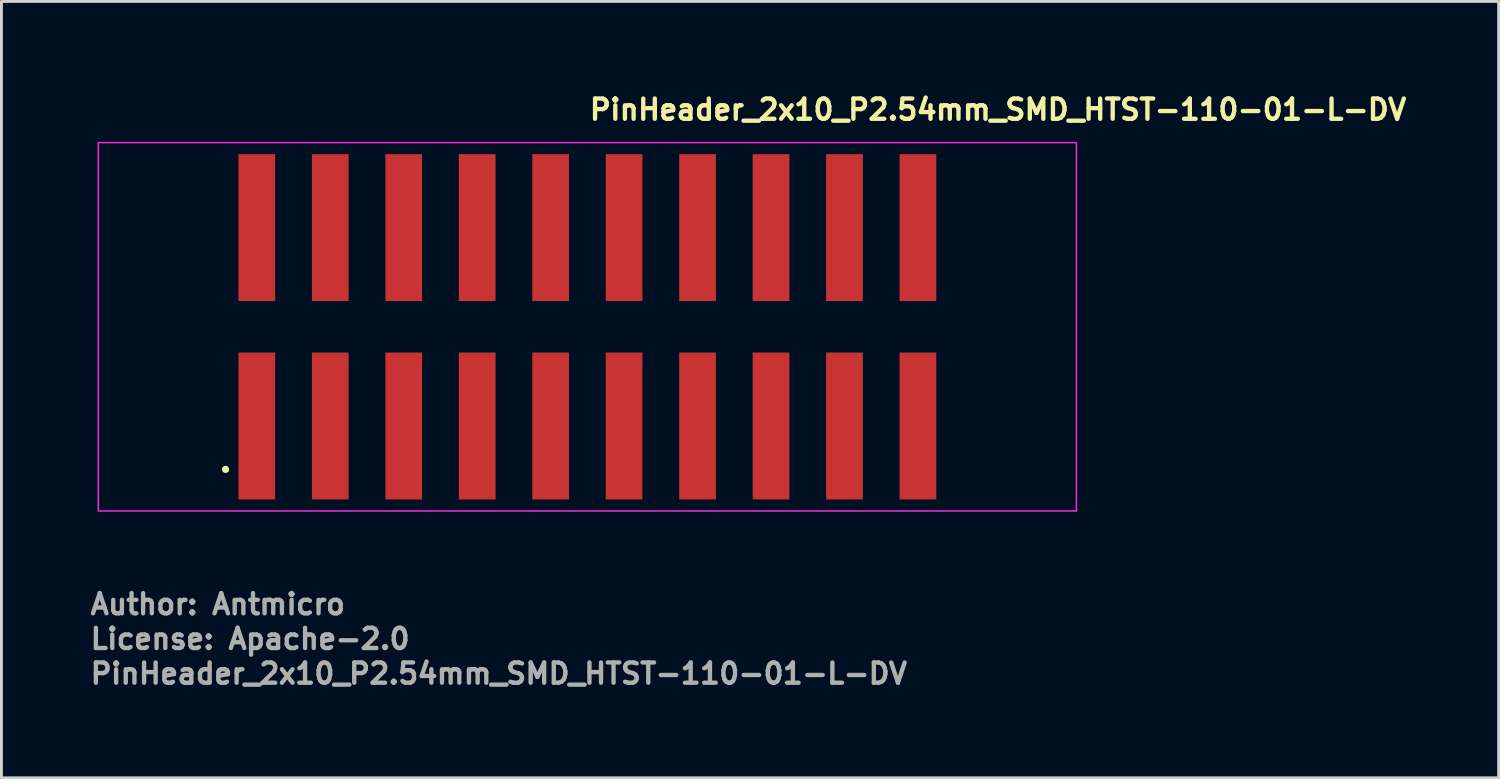
<source format=kicad_pcb>
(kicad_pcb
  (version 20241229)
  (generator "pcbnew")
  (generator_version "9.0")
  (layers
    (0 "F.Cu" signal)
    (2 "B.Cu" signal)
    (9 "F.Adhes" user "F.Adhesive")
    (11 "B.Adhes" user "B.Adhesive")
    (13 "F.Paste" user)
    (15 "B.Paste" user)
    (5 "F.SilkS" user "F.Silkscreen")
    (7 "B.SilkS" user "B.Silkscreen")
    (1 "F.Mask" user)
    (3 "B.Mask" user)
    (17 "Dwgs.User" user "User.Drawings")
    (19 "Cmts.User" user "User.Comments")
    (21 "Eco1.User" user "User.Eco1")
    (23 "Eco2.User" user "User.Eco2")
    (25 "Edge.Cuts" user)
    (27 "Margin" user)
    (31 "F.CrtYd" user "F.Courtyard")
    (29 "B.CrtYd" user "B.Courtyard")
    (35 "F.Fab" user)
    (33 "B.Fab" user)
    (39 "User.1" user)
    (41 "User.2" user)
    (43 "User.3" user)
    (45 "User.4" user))
  (footprint "PinHeader_2x10_P2.54mm_SMD_HTST-110-01-L-DV"
    (layer "F.Cu")
    (at 17.26 8.25)
    (property "Reference" "PinHeader_2x10_P2.54mm_SMD_HTST-110-01-L-DV" (at 0 -7.1 0) (unlocked yes) (layer "F.SilkS") (effects (font (size 0.7 0.7) (thickness 0.15)) (justify left bottom)))
    (attr smd)
    (fp_poly (pts (xy -12.116 -0.838) (xy -12.116 -6.02) (xy -10.744 -6.02) (xy -10.744 -0.838)) (stroke (width 0) (type solid)) (fill yes) (layer "F.Mask"))
    (fp_poly (pts (xy -12.116 6.02) (xy -12.116 0.838) (xy -10.744 0.838) (xy -10.744 6.02)) (stroke (width 0) (type solid)) (fill yes) (layer "F.Mask"))
    (fp_poly (pts (xy -9.576 -0.838) (xy -9.576 -6.02) (xy -8.204 -6.02) (xy -8.204 -0.838)) (stroke (width 0) (type solid)) (fill yes) (layer "F.Mask"))
    (fp_poly (pts (xy -9.576 6.02) (xy -9.576 0.838) (xy -8.204 0.838) (xy -8.204 6.02)) (stroke (width 0) (type solid)) (fill yes) (layer "F.Mask"))
    (fp_poly (pts (xy -7.036 -0.838) (xy -7.036 -6.02) (xy -5.664 -6.02) (xy -5.664 -0.838)) (stroke (width 0) (type solid)) (fill yes) (layer "F.Mask"))
    (fp_poly (pts (xy -7.036 6.02) (xy -7.036 0.838) (xy -5.664 0.838) (xy -5.664 6.02)) (stroke (width 0) (type solid)) (fill yes) (layer "F.Mask"))
    (fp_poly (pts (xy -4.496 -0.838) (xy -4.496 -6.02) (xy -3.124 -6.02) (xy -3.124 -0.838)) (stroke (width 0) (type solid)) (fill yes) (layer "F.Mask"))
    (fp_poly (pts (xy -4.496 6.02) (xy -4.496 0.838) (xy -3.124 0.838) (xy -3.124 6.02)) (stroke (width 0) (type solid)) (fill yes) (layer "F.Mask"))
    (fp_poly (pts (xy -1.956 -0.838) (xy -1.956 -6.02) (xy -0.584 -6.02) (xy -0.584 -0.838)) (stroke (width 0) (type solid)) (fill yes) (layer "F.Mask"))
    (fp_poly (pts (xy -1.956 6.02) (xy -1.956 0.838) (xy -0.584 0.838) (xy -0.584 6.02)) (stroke (width 0) (type solid)) (fill yes) (layer "F.Mask"))
    (fp_poly (pts (xy 0.584 -0.838) (xy 0.584 -6.02) (xy 1.956 -6.02) (xy 1.956 -0.838)) (stroke (width 0) (type solid)) (fill yes) (layer "F.Mask"))
    (fp_poly (pts (xy 0.584 6.02) (xy 0.584 0.838) (xy 1.956 0.838) (xy 1.956 6.02)) (stroke (width 0) (type solid)) (fill yes) (layer "F.Mask"))
    (fp_poly (pts (xy 3.124 -0.838) (xy 3.124 -6.02) (xy 4.496 -6.02) (xy 4.496 -0.838)) (stroke (width 0) (type solid)) (fill yes) (layer "F.Mask"))
    (fp_poly (pts (xy 3.124 6.02) (xy 3.124 0.838) (xy 4.496 0.838) (xy 4.496 6.02)) (stroke (width 0) (type solid)) (fill yes) (layer "F.Mask"))
    (fp_poly (pts (xy 5.664 -0.838) (xy 5.664 -6.02) (xy 7.036 -6.02) (xy 7.036 -0.838)) (stroke (width 0) (type solid)) (fill yes) (layer "F.Mask"))
    (fp_poly (pts (xy 5.664 6.02) (xy 5.664 0.838) (xy 7.036 0.838) (xy 7.036 6.02)) (stroke (width 0) (type solid)) (fill yes) (layer "F.Mask"))
    (fp_poly (pts (xy 8.204 -0.838) (xy 8.204 -6.02) (xy 9.576 -6.02) (xy 9.576 -0.838)) (stroke (width 0) (type solid)) (fill yes) (layer "F.Mask"))
    (fp_poly (pts (xy 8.204 6.02) (xy 8.204 0.838) (xy 9.576 0.838) (xy 9.576 6.02)) (stroke (width 0) (type solid)) (fill yes) (layer "F.Mask"))
    (fp_poly (pts (xy 10.744 -0.838) (xy 10.744 -6.02) (xy 12.116 -6.02) (xy 12.116 -0.838)) (stroke (width 0) (type solid)) (fill yes) (layer "F.Mask"))
    (fp_poly (pts (xy 10.744 6.02) (xy 10.744 0.838) (xy 12.116 0.838) (xy 12.116 6.02)) (stroke (width 0) (type solid)) (fill yes) (layer "F.Mask"))
    (fp_circle (center -12.51 4.93) (end -12.46 4.93) (stroke (width 0.15) (type solid)) (fill yes) (layer "F.SilkS"))
    (fp_poly (pts (xy -12.065 -0.889) (xy -12.065 -5.969) (xy -10.795 -5.969) (xy -10.795 -0.889)) (stroke (width 0) (type solid)) (fill yes) (layer "F.Paste"))
    (fp_poly (pts (xy -12.065 5.969) (xy -12.065 0.889) (xy -10.795 0.889) (xy -10.795 5.969)) (stroke (width 0) (type solid)) (fill yes) (layer "F.Paste"))
    (fp_poly (pts (xy -9.525 -0.889) (xy -9.525 -5.969) (xy -8.255 -5.969) (xy -8.255 -0.889)) (stroke (width 0) (type solid)) (fill yes) (layer "F.Paste"))
    (fp_poly (pts (xy -9.525 5.969) (xy -9.525 0.889) (xy -8.255 0.889) (xy -8.255 5.969)) (stroke (width 0) (type solid)) (fill yes) (layer "F.Paste"))
    (fp_poly (pts (xy -6.985 -0.889) (xy -6.985 -5.969) (xy -5.715 -5.969) (xy -5.715 -0.889)) (stroke (width 0) (type solid)) (fill yes) (layer "F.Paste"))
    (fp_poly (pts (xy -6.985 5.969) (xy -6.985 0.889) (xy -5.715 0.889) (xy -5.715 5.969)) (stroke (width 0) (type solid)) (fill yes) (layer "F.Paste"))
    (fp_poly (pts (xy -4.445 -0.889) (xy -4.445 -5.969) (xy -3.175 -5.969) (xy -3.175 -0.889)) (stroke (width 0) (type solid)) (fill yes) (layer "F.Paste"))
    (fp_poly (pts (xy -4.445 5.969) (xy -4.445 0.889) (xy -3.175 0.889) (xy -3.175 5.969)) (stroke (width 0) (type solid)) (fill yes) (layer "F.Paste"))
    (fp_poly (pts (xy -1.905 -0.889) (xy -1.905 -5.969) (xy -0.635 -5.969) (xy -0.635 -0.889)) (stroke (width 0) (type solid)) (fill yes) (layer "F.Paste"))
    (fp_poly (pts (xy -1.905 5.969) (xy -1.905 0.889) (xy -0.635 0.889) (xy -0.635 5.969)) (stroke (width 0) (type solid)) (fill yes) (layer "F.Paste"))
    (fp_poly (pts (xy 0.635 -0.889) (xy 0.635 -5.969) (xy 1.905 -5.969) (xy 1.905 -0.889)) (stroke (width 0) (type solid)) (fill yes) (layer "F.Paste"))
    (fp_poly (pts (xy 0.635 5.969) (xy 0.635 0.889) (xy 1.905 0.889) (xy 1.905 5.969)) (stroke (width 0) (type solid)) (fill yes) (layer "F.Paste"))
    (fp_poly (pts (xy 3.175 -0.889) (xy 3.175 -5.969) (xy 4.445 -5.969) (xy 4.445 -0.889)) (stroke (width 0) (type solid)) (fill yes) (layer "F.Paste"))
    (fp_poly (pts (xy 3.175 5.969) (xy 3.175 0.889) (xy 4.445 0.889) (xy 4.445 5.969)) (stroke (width 0) (type solid)) (fill yes) (layer "F.Paste"))
    (fp_poly (pts (xy 5.715 -0.889) (xy 5.715 -5.969) (xy 6.985 -5.969) (xy 6.985 -0.889)) (stroke (width 0) (type solid)) (fill yes) (layer "F.Paste"))
    (fp_poly (pts (xy 5.715 5.969) (xy 5.715 0.889) (xy 6.985 0.889) (xy 6.985 5.969)) (stroke (width 0) (type solid)) (fill yes) (layer "F.Paste"))
    (fp_poly (pts (xy 8.255 -0.889) (xy 8.255 -5.969) (xy 9.525 -5.969) (xy 9.525 -0.889)) (stroke (width 0) (type solid)) (fill yes) (layer "F.Paste"))
    (fp_poly (pts (xy 8.255 5.969) (xy 8.255 0.889) (xy 9.525 0.889) (xy 9.525 5.969)) (stroke (width 0) (type solid)) (fill yes) (layer "F.Paste"))
    (fp_poly (pts (xy 10.795 -0.889) (xy 10.795 -5.969) (xy 12.065 -5.969) (xy 12.065 -0.889)) (stroke (width 0) (type solid)) (fill yes) (layer "F.Paste"))
    (fp_poly (pts (xy 10.795 5.969) (xy 10.795 0.889) (xy 12.065 0.889) (xy 12.065 5.969)) (stroke (width 0) (type solid)) (fill yes) (layer "F.Paste"))
    (fp_rect (start -16.91 -6.37) (end 16.91 6.37) (stroke (width 0.05) (type solid)) (fill no) (layer "F.CrtYd"))
    (fp_rect (start -16.51 -5.588) (end 16.51 5.588) (stroke (width 0.1) (type solid)) (fill no) (layer "User.5"))
    (fp_line (start -16.51 -4.826) (end -16.51 4.445) (stroke (width 0.02) (type solid)) (layer "User.9"))
    (fp_line (start -15.685 -3.62) (end -15.685 3.62) (stroke (width 0.02) (type solid)) (layer "User.9"))
    (fp_line (start -15.685 -3.62) (end -15.24 -3.175) (stroke (width 0.02) (type solid)) (layer "User.9"))
    (fp_line (start -15.685 3.62) (end -15.24 3.175) (stroke (width 0.02) (type solid)) (layer "User.9"))
    (fp_line (start -15.685 3.62) (end -2.54 3.62) (stroke (width 0.02) (type solid)) (layer "User.9"))
    (fp_line (start -15.24 -4.826) (end -16.51 -4.826) (stroke (width 0.02) (type solid)) (layer "User.9"))
    (fp_line (start -15.24 -4.445) (end -15.24 -4.826) (stroke (width 0.02) (type solid)) (layer "User.9"))
    (fp_line (start -15.24 -3.175) (end -15.24 3.175) (stroke (width 0.02) (type solid)) (layer "User.9"))
    (fp_line (start -15.24 3.175) (end -2.54 3.175) (stroke (width 0.02) (type solid)) (layer "User.9"))
    (fp_line (start -12.065 4.191) (end -12.065 4.445) (stroke (width 0.02) (type solid)) (layer "User.9"))
    (fp_line (start -12.065 4.191) (end -12.065 4.445) (stroke (width 0.02) (type solid)) (layer "User.9"))
    (fp_line (start -12.065 4.445) (end -16.51 4.445) (stroke (width 0.02) (type solid)) (layer "User.9"))
    (fp_line (start -12.04 4.445) (end -12.065 4.445) (stroke (width 0.02) (type solid)) (layer "User.9"))
    (fp_line (start -12.04 4.445) (end -12.04 4.216) (stroke (width 0.02) (type solid)) (layer "User.9"))
    (fp_line (start -11.748 -5.588) (end -11.748 -5.429) (stroke (width 0.02) (type solid)) (layer "User.9"))
    (fp_line (start -11.748 -5.429) (end -11.748 -4.445) (stroke (width 0.02) (type solid)) (layer "User.9"))
    (fp_line (start -11.748 -1.587) (end -11.748 -1.429) (stroke (width 0.02) (type solid)) (layer "User.9"))
    (fp_line (start -11.748 -1.429) (end -11.748 -1.111) (stroke (width 0.02) (type solid)) (layer "User.9"))
    (fp_line (start -11.748 -1.111) (end -11.748 -0.952) (stroke (width 0.02) (type solid)) (layer "User.9"))
    (fp_line (start -11.748 0.952) (end -11.748 1.111) (stroke (width 0.02) (type solid)) (layer "User.9"))
    (fp_line (start -11.748 1.111) (end -11.748 1.429) (stroke (width 0.02) (type solid)) (layer "User.9"))
    (fp_line (start -11.748 1.429) (end -11.748 1.587) (stroke (width 0.02) (type solid)) (layer "User.9"))
    (fp_line (start -11.748 4.445) (end -11.748 5.429) (stroke (width 0.02) (type solid)) (layer "User.9"))
    (fp_line (start -11.748 5.429) (end -11.748 5.588) (stroke (width 0.02) (type solid)) (layer "User.9"))
    (fp_line (start -11.43 4.445) (end -12.04 4.445) (stroke (width 0.02) (type solid)) (layer "User.9"))
    (fp_line (start -11.43 4.445) (end -11.43 4.216) (stroke (width 0.02) (type solid)) (layer "User.9"))
    (fp_line (start -11.112 -5.588) (end -11.748 -5.588) (stroke (width 0.02) (type solid)) (layer "User.9"))
    (fp_line (start -11.112 -5.588) (end -11.112 -5.429) (stroke (width 0.02) (type solid)) (layer "User.9"))
    (fp_line (start -11.112 -5.429) (end -11.748 -5.429) (stroke (width 0.02) (type solid)) (layer "User.9"))
    (fp_line (start -11.112 -5.429) (end -11.112 -4.445) (stroke (width 0.02) (type solid)) (layer "User.9"))
    (fp_line (start -11.112 -1.587) (end -11.748 -1.587) (stroke (width 0.02) (type solid)) (layer "User.9"))
    (fp_line (start -11.112 -1.587) (end -11.112 -1.429) (stroke (width 0.02) (type solid)) (layer "User.9"))
    (fp_line (start -11.112 -1.429) (end -11.748 -1.429) (stroke (width 0.02) (type solid)) (layer "User.9"))
    (fp_line (start -11.112 -1.429) (end -11.112 -1.111) (stroke (width 0.02) (type solid)) (layer "User.9"))
    (fp_line (start -11.112 -1.111) (end -11.748 -1.111) (stroke (width 0.02) (type solid)) (layer "User.9"))
    (fp_line (start -11.112 -1.111) (end -11.112 -0.952) (stroke (width 0.02) (type solid)) (layer "User.9"))
    (fp_line (start -11.112 -0.952) (end -11.748 -0.952) (stroke (width 0.02) (type solid)) (layer "User.9"))
    (fp_line (start -11.112 0.952) (end -11.748 0.952) (stroke (width 0.02) (type solid)) (layer "User.9"))
    (fp_line (start -11.112 0.952) (end -11.112 1.111) (stroke (width 0.02) (type solid)) (layer "User.9"))
    (fp_line (start -11.112 1.111) (end -11.748 1.111) (stroke (width 0.02) (type solid)) (layer "User.9"))
    (fp_line (start -11.112 1.111) (end -11.112 1.429) (stroke (width 0.02) (type solid)) (layer "User.9"))
    (fp_line (start -11.112 1.429) (end -11.748 1.429) (stroke (width 0.02) (type solid)) (layer "User.9"))
    (fp_line (start -11.112 1.429) (end -11.112 1.587) (stroke (width 0.02) (type solid)) (layer "User.9"))
    (fp_line (start -11.112 1.587) (end -11.748 1.587) (stroke (width 0.02) (type solid)) (layer "User.9"))
    (fp_line (start -11.112 4.445) (end -11.112 5.429) (stroke (width 0.02) (type solid)) (layer "User.9"))
    (fp_line (start -11.112 5.429) (end -11.748 5.429) (stroke (width 0.02) (type solid)) (layer "User.9"))
    (fp_line (start -11.112 5.429) (end -11.112 5.588) (stroke (width 0.02) (type solid)) (layer "User.9"))
    (fp_line (start -11.112 5.588) (end -11.748 5.588) (stroke (width 0.02) (type solid)) (layer "User.9"))
    (fp_line (start -10.82 4.216) (end -12.04 4.216) (stroke (width 0.02) (type solid)) (layer "User.9"))
    (fp_line (start -10.82 4.445) (end -11.43 4.445) (stroke (width 0.02) (type solid)) (layer "User.9"))
    (fp_line (start -10.82 4.445) (end -10.82 4.216) (stroke (width 0.02) (type solid)) (layer "User.9"))
    (fp_line (start -10.795 4.191) (end -12.065 4.191) (stroke (width 0.02) (type solid)) (layer "User.9"))
    (fp_line (start -10.795 4.191) (end -12.065 4.191) (stroke (width 0.02) (type solid)) (layer "User.9"))
    (fp_line (start -10.795 4.191) (end -10.795 4.445) (stroke (width 0.02) (type solid)) (layer "User.9"))
    (fp_line (start -10.795 4.191) (end -10.795 4.445) (stroke (width 0.02) (type solid)) (layer "User.9"))
    (fp_line (start -10.795 4.445) (end -10.82 4.445) (stroke (width 0.02) (type solid)) (layer "User.9"))
    (fp_line (start -9.208 -5.429) (end -9.208 -5.588) (stroke (width 0.02) (type solid)) (layer "User.9"))
    (fp_line (start -9.208 -4.445) (end -9.208 -5.429) (stroke (width 0.02) (type solid)) (layer "User.9"))
    (fp_line (start -9.208 -1.429) (end -9.208 -1.587) (stroke (width 0.02) (type solid)) (layer "User.9"))
    (fp_line (start -9.208 -1.111) (end -9.208 -1.429) (stroke (width 0.02) (type solid)) (layer "User.9"))
    (fp_line (start -9.208 -0.952) (end -9.208 -1.111) (stroke (width 0.02) (type solid)) (layer "User.9"))
    (fp_line (start -9.208 1.111) (end -9.208 0.952) (stroke (width 0.02) (type solid)) (layer "User.9"))
    (fp_line (start -9.208 1.429) (end -9.208 1.111) (stroke (width 0.02) (type solid)) (layer "User.9"))
    (fp_line (start -9.208 1.587) (end -9.208 1.429) (stroke (width 0.02) (type solid)) (layer "User.9"))
    (fp_line (start -9.208 5.429) (end -9.208 4.445) (stroke (width 0.02) (type solid)) (layer "User.9"))
    (fp_line (start -9.208 5.588) (end -9.208 5.429) (stroke (width 0.02) (type solid)) (layer "User.9"))
    (fp_line (start -8.572 -5.588) (end -9.208 -5.588) (stroke (width 0.02) (type solid)) (layer "User.9"))
    (fp_line (start -8.572 -5.588) (end -8.572 -5.429) (stroke (width 0.02) (type solid)) (layer "User.9"))
    (fp_line (start -8.572 -5.429) (end -9.208 -5.429) (stroke (width 0.02) (type solid)) (layer "User.9"))
    (fp_line (start -8.572 -5.429) (end -8.572 -4.445) (stroke (width 0.02) (type solid)) (layer "User.9"))
    (fp_line (start -8.572 -1.587) (end -9.208 -1.587) (stroke (width 0.02) (type solid)) (layer "User.9"))
    (fp_line (start -8.572 -1.587) (end -8.572 -1.429) (stroke (width 0.02) (type solid)) (layer "User.9"))
    (fp_line (start -8.572 -1.429) (end -9.208 -1.429) (stroke (width 0.02) (type solid)) (layer "User.9"))
    (fp_line (start -8.572 -1.429) (end -8.572 -1.111) (stroke (width 0.02) (type solid)) (layer "User.9"))
    (fp_line (start -8.572 -1.111) (end -9.208 -1.111) (stroke (width 0.02) (type solid)) (layer "User.9"))
    (fp_line (start -8.572 -1.111) (end -8.572 -0.952) (stroke (width 0.02) (type solid)) (layer "User.9"))
    (fp_line (start -8.572 -0.952) (end -9.208 -0.952) (stroke (width 0.02) (type solid)) (layer "User.9"))
    (fp_line (start -8.572 0.952) (end -9.208 0.952) (stroke (width 0.02) (type solid)) (layer "User.9"))
    (fp_line (start -8.572 0.952) (end -8.572 1.111) (stroke (width 0.02) (type solid)) (layer "User.9"))
    (fp_line (start -8.572 1.111) (end -9.208 1.111) (stroke (width 0.02) (type solid)) (layer "User.9"))
    (fp_line (start -8.572 1.111) (end -8.572 1.429) (stroke (width 0.02) (type solid)) (layer "User.9"))
    (fp_line (start -8.572 1.429) (end -9.208 1.429) (stroke (width 0.02) (type solid)) (layer "User.9"))
    (fp_line (start -8.572 1.429) (end -8.572 1.587) (stroke (width 0.02) (type solid)) (layer "User.9"))
    (fp_line (start -8.572 1.587) (end -9.208 1.587) (stroke (width 0.02) (type solid)) (layer "User.9"))
    (fp_line (start -8.572 4.445) (end -8.572 5.429) (stroke (width 0.02) (type solid)) (layer "User.9"))
    (fp_line (start -8.572 5.429) (end -9.208 5.429) (stroke (width 0.02) (type solid)) (layer "User.9"))
    (fp_line (start -8.572 5.429) (end -8.572 5.588) (stroke (width 0.02) (type solid)) (layer "User.9"))
    (fp_line (start -8.572 5.588) (end -9.208 5.588) (stroke (width 0.02) (type solid)) (layer "User.9"))
    (fp_line (start -6.668 -5.429) (end -6.668 -5.588) (stroke (width 0.02) (type solid)) (layer "User.9"))
    (fp_line (start -6.668 -4.445) (end -6.668 -5.429) (stroke (width 0.02) (type solid)) (layer "User.9"))
    (fp_line (start -6.668 -1.429) (end -6.668 -1.587) (stroke (width 0.02) (type solid)) (layer "User.9"))
    (fp_line (start -6.668 -1.111) (end -6.668 -1.429) (stroke (width 0.02) (type solid)) (layer "User.9"))
    (fp_line (start -6.668 -0.952) (end -6.668 -1.111) (stroke (width 0.02) (type solid)) (layer "User.9"))
    (fp_line (start -6.668 1.111) (end -6.668 0.952) (stroke (width 0.02) (type solid)) (layer "User.9"))
    (fp_line (start -6.668 1.429) (end -6.668 1.111) (stroke (width 0.02) (type solid)) (layer "User.9"))
    (fp_line (start -6.668 1.587) (end -6.668 1.429) (stroke (width 0.02) (type solid)) (layer "User.9"))
    (fp_line (start -6.668 5.429) (end -6.668 4.445) (stroke (width 0.02) (type solid)) (layer "User.9"))
    (fp_line (start -6.668 5.588) (end -6.668 5.429) (stroke (width 0.02) (type solid)) (layer "User.9"))
    (fp_line (start -6.032 -5.588) (end -6.668 -5.588) (stroke (width 0.02) (type solid)) (layer "User.9"))
    (fp_line (start -6.032 -5.588) (end -6.032 -5.429) (stroke (width 0.02) (type solid)) (layer "User.9"))
    (fp_line (start -6.032 -5.429) (end -6.668 -5.429) (stroke (width 0.02) (type solid)) (layer "User.9"))
    (fp_line (start -6.032 -5.429) (end -6.032 -4.445) (stroke (width 0.02) (type solid)) (layer "User.9"))
    (fp_line (start -6.032 -1.587) (end -6.668 -1.587) (stroke (width 0.02) (type solid)) (layer "User.9"))
    (fp_line (start -6.032 -1.587) (end -6.032 -1.429) (stroke (width 0.02) (type solid)) (layer "User.9"))
    (fp_line (start -6.032 -1.429) (end -6.668 -1.429) (stroke (width 0.02) (type solid)) (layer "User.9"))
    (fp_line (start -6.032 -1.429) (end -6.032 -1.111) (stroke (width 0.02) (type solid)) (layer "User.9"))
    (fp_line (start -6.032 -1.111) (end -6.668 -1.111) (stroke (width 0.02) (type solid)) (layer "User.9"))
    (fp_line (start -6.032 -1.111) (end -6.032 -0.952) (stroke (width 0.02) (type solid)) (layer "User.9"))
    (fp_line (start -6.032 -0.952) (end -6.668 -0.952) (stroke (width 0.02) (type solid)) (layer "User.9"))
    (fp_line (start -6.032 0.952) (end -6.668 0.952) (stroke (width 0.02) (type solid)) (layer "User.9"))
    (fp_line (start -6.032 0.952) (end -6.032 1.111) (stroke (width 0.02) (type solid)) (layer "User.9"))
    (fp_line (start -6.032 1.111) (end -6.668 1.111) (stroke (width 0.02) (type solid)) (layer "User.9"))
    (fp_line (start -6.032 1.111) (end -6.032 1.429) (stroke (width 0.02) (type solid)) (layer "User.9"))
    (fp_line (start -6.032 1.429) (end -6.668 1.429) (stroke (width 0.02) (type solid)) (layer "User.9"))
    (fp_line (start -6.032 1.429) (end -6.032 1.587) (stroke (width 0.02) (type solid)) (layer "User.9"))
    (fp_line (start -6.032 1.587) (end -6.668 1.587) (stroke (width 0.02) (type solid)) (layer "User.9"))
    (fp_line (start -6.032 4.445) (end -6.032 5.429) (stroke (width 0.02) (type solid)) (layer "User.9"))
    (fp_line (start -6.032 5.429) (end -6.668 5.429) (stroke (width 0.02) (type solid)) (layer "User.9"))
    (fp_line (start -6.032 5.429) (end -6.032 5.588) (stroke (width 0.02) (type solid)) (layer "User.9"))
    (fp_line (start -6.032 5.588) (end -6.668 5.588) (stroke (width 0.02) (type solid)) (layer "User.9"))
    (fp_line (start -4.128 -5.429) (end -4.128 -5.588) (stroke (width 0.02) (type solid)) (layer "User.9"))
    (fp_line (start -4.128 -4.445) (end -4.128 -5.429) (stroke (width 0.02) (type solid)) (layer "User.9"))
    (fp_line (start -4.128 -1.429) (end -4.128 -1.587) (stroke (width 0.02) (type solid)) (layer "User.9"))
    (fp_line (start -4.128 -1.111) (end -4.128 -1.429) (stroke (width 0.02) (type solid)) (layer "User.9"))
    (fp_line (start -4.128 -0.952) (end -4.128 -1.111) (stroke (width 0.02) (type solid)) (layer "User.9"))
    (fp_line (start -4.128 1.111) (end -4.128 0.952) (stroke (width 0.02) (type solid)) (layer "User.9"))
    (fp_line (start -4.128 1.429) (end -4.128 1.111) (stroke (width 0.02) (type solid)) (layer "User.9"))
    (fp_line (start -4.128 1.587) (end -4.128 1.429) (stroke (width 0.02) (type solid)) (layer "User.9"))
    (fp_line (start -4.128 5.429) (end -4.128 4.445) (stroke (width 0.02) (type solid)) (layer "User.9"))
    (fp_line (start -4.128 5.588) (end -4.128 5.429) (stroke (width 0.02) (type solid)) (layer "User.9"))
    (fp_line (start -3.492 -5.588) (end -4.128 -5.588) (stroke (width 0.02) (type solid)) (layer "User.9"))
    (fp_line (start -3.492 -5.588) (end -3.492 -5.429) (stroke (width 0.02) (type solid)) (layer "User.9"))
    (fp_line (start -3.492 -5.429) (end -4.128 -5.429) (stroke (width 0.02) (type solid)) (layer "User.9"))
    (fp_line (start -3.492 -5.429) (end -3.492 -4.445) (stroke (width 0.02) (type solid)) (layer "User.9"))
    (fp_line (start -3.492 -1.587) (end -4.128 -1.587) (stroke (width 0.02) (type solid)) (layer "User.9"))
    (fp_line (start -3.492 -1.587) (end -3.492 -1.429) (stroke (width 0.02) (type solid)) (layer "User.9"))
    (fp_line (start -3.492 -1.429) (end -4.128 -1.429) (stroke (width 0.02) (type solid)) (layer "User.9"))
    (fp_line (start -3.492 -1.429) (end -3.492 -1.111) (stroke (width 0.02) (type solid)) (layer "User.9"))
    (fp_line (start -3.492 -1.111) (end -4.128 -1.111) (stroke (width 0.02) (type solid)) (layer "User.9"))
    (fp_line (start -3.492 -1.111) (end -3.492 -0.952) (stroke (width 0.02) (type solid)) (layer "User.9"))
    (fp_line (start -3.492 -0.952) (end -4.128 -0.952) (stroke (width 0.02) (type solid)) (layer "User.9"))
    (fp_line (start -3.492 0.952) (end -4.128 0.952) (stroke (width 0.02) (type solid)) (layer "User.9"))
    (fp_line (start -3.492 0.952) (end -3.492 1.111) (stroke (width 0.02) (type solid)) (layer "User.9"))
    (fp_line (start -3.492 1.111) (end -4.128 1.111) (stroke (width 0.02) (type solid)) (layer "User.9"))
    (fp_line (start -3.492 1.111) (end -3.492 1.429) (stroke (width 0.02) (type solid)) (layer "User.9"))
    (fp_line (start -3.492 1.429) (end -4.128 1.429) (stroke (width 0.02) (type solid)) (layer "User.9"))
    (fp_line (start -3.492 1.429) (end -3.492 1.587) (stroke (width 0.02) (type solid)) (layer "User.9"))
    (fp_line (start -3.492 1.587) (end -4.128 1.587) (stroke (width 0.02) (type solid)) (layer "User.9"))
    (fp_line (start -3.492 4.445) (end -3.492 5.429) (stroke (width 0.02) (type solid)) (layer "User.9"))
    (fp_line (start -3.492 5.429) (end -4.128 5.429) (stroke (width 0.02) (type solid)) (layer "User.9"))
    (fp_line (start -3.492 5.429) (end -3.492 5.588) (stroke (width 0.02) (type solid)) (layer "User.9"))
    (fp_line (start -3.492 5.588) (end -4.128 5.588) (stroke (width 0.02) (type solid)) (layer "User.9"))
    (fp_line (start -2.54 3.175) (end -2.54 3.62) (stroke (width 0.02) (type solid)) (layer "User.9"))
    (fp_line (start -2.54 3.175) (end 2.54 3.175) (stroke (width 0.02) (type solid)) (layer "User.9"))
    (fp_line (start -2.54 4.445) (end -10.795 4.445) (stroke (width 0.02) (type solid)) (layer "User.9"))
    (fp_line (start -2.54 4.445) (end -2.54 3.62) (stroke (width 0.02) (type solid)) (layer "User.9"))
    (fp_line (start -2.54 4.445) (end 2.54 4.445) (stroke (width 0.02) (type solid)) (layer "User.9"))
    (fp_line (start -1.587 -5.429) (end -1.587 -5.588) (stroke (width 0.02) (type solid)) (layer "User.9"))
    (fp_line (start -1.587 -4.445) (end -1.587 -5.429) (stroke (width 0.02) (type solid)) (layer "User.9"))
    (fp_line (start -1.587 -1.429) (end -1.587 -1.587) (stroke (width 0.02) (type solid)) (layer "User.9"))
    (fp_line (start -1.587 -1.111) (end -1.587 -1.429) (stroke (width 0.02) (type solid)) (layer "User.9"))
    (fp_line (start -1.587 -0.952) (end -1.587 -1.111) (stroke (width 0.02) (type solid)) (layer "User.9"))
    (fp_line (start -1.587 1.111) (end -1.587 0.952) (stroke (width 0.02) (type solid)) (layer "User.9"))
    (fp_line (start -1.587 1.429) (end -1.587 1.111) (stroke (width 0.02) (type solid)) (layer "User.9"))
    (fp_line (start -1.587 1.587) (end -1.587 1.429) (stroke (width 0.02) (type solid)) (layer "User.9"))
    (fp_line (start -1.587 5.429) (end -1.587 4.445) (stroke (width 0.02) (type solid)) (layer "User.9"))
    (fp_line (start -1.587 5.588) (end -1.587 5.429) (stroke (width 0.02) (type solid)) (layer "User.9"))
    (fp_line (start -1.27 -4.826) (end -1.27 -4.445) (stroke (width 0.02) (type solid)) (layer "User.9"))
    (fp_line (start -1.27 -4.445) (end -15.24 -4.445) (stroke (width 0.02) (type solid)) (layer "User.9"))
    (fp_line (start -0.952 -5.588) (end -1.587 -5.588) (stroke (width 0.02) (type solid)) (layer "User.9"))
    (fp_line (start -0.952 -5.588) (end -0.952 -5.429) (stroke (width 0.02) (type solid)) (layer "User.9"))
    (fp_line (start -0.952 -5.429) (end -1.587 -5.429) (stroke (width 0.02) (type solid)) (layer "User.9"))
    (fp_line (start -0.952 -5.429) (end -0.952 -4.826) (stroke (width 0.02) (type solid)) (layer "User.9"))
    (fp_line (start -0.952 -1.587) (end -1.587 -1.587) (stroke (width 0.02) (type solid)) (layer "User.9"))
    (fp_line (start -0.952 -1.587) (end -0.952 -1.429) (stroke (width 0.02) (type solid)) (layer "User.9"))
    (fp_line (start -0.952 -1.429) (end -1.587 -1.429) (stroke (width 0.02) (type solid)) (layer "User.9"))
    (fp_line (start -0.952 -1.429) (end -0.952 -1.111) (stroke (width 0.02) (type solid)) (layer "User.9"))
    (fp_line (start -0.952 -1.111) (end -1.587 -1.111) (stroke (width 0.02) (type solid)) (layer "User.9"))
    (fp_line (start -0.952 -1.111) (end -0.952 -0.952) (stroke (width 0.02) (type solid)) (layer "User.9"))
    (fp_line (start -0.952 -0.952) (end -1.587 -0.952) (stroke (width 0.02) (type solid)) (layer "User.9"))
    (fp_line (start -0.952 0.952) (end -1.587 0.952) (stroke (width 0.02) (type solid)) (layer "User.9"))
    (fp_line (start -0.952 0.952) (end -0.952 1.111) (stroke (width 0.02) (type solid)) (layer "User.9"))
    (fp_line (start -0.952 1.111) (end -1.587 1.111) (stroke (width 0.02) (type solid)) (layer "User.9"))
    (fp_line (start -0.952 1.111) (end -0.952 1.429) (stroke (width 0.02) (type solid)) (layer "User.9"))
    (fp_line (start -0.952 1.429) (end -1.587 1.429) (stroke (width 0.02) (type solid)) (layer "User.9"))
    (fp_line (start -0.952 1.429) (end -0.952 1.587) (stroke (width 0.02) (type solid)) (layer "User.9"))
    (fp_line (start -0.952 1.587) (end -1.587 1.587) (stroke (width 0.02) (type solid)) (layer "User.9"))
    (fp_line (start -0.952 4.445) (end -0.952 5.429) (stroke (width 0.02) (type solid)) (layer "User.9"))
    (fp_line (start -0.952 5.429) (end -1.587 5.429) (stroke (width 0.02) (type solid)) (layer "User.9"))
    (fp_line (start -0.952 5.429) (end -0.952 5.588) (stroke (width 0.02) (type solid)) (layer "User.9"))
    (fp_line (start -0.952 5.588) (end -1.587 5.588) (stroke (width 0.02) (type solid)) (layer "User.9"))
    (fp_line (start 0.952 -5.429) (end 0.952 -5.588) (stroke (width 0.02) (type solid)) (layer "User.9"))
    (fp_line (start 0.952 -4.826) (end 0.952 -5.429) (stroke (width 0.02) (type solid)) (layer "User.9"))
    (fp_line (start 0.952 -1.429) (end 0.952 -1.587) (stroke (width 0.02) (type solid)) (layer "User.9"))
    (fp_line (start 0.952 -1.111) (end 0.952 -1.429) (stroke (width 0.02) (type solid)) (layer "User.9"))
    (fp_line (start 0.952 -0.952) (end 0.952 -1.111) (stroke (width 0.02) (type solid)) (layer "User.9"))
    (fp_line (start 0.952 1.111) (end 0.952 0.952) (stroke (width 0.02) (type solid)) (layer "User.9"))
    (fp_line (start 0.952 1.429) (end 0.952 1.111) (stroke (width 0.02) (type solid)) (layer "User.9"))
    (fp_line (start 0.952 1.587) (end 0.952 1.429) (stroke (width 0.02) (type solid)) (layer "User.9"))
    (fp_line (start 0.952 5.429) (end 0.952 4.445) (stroke (width 0.02) (type solid)) (layer "User.9"))
    (fp_line (start 0.952 5.588) (end 0.952 5.429) (stroke (width 0.02) (type solid)) (layer "User.9"))
    (fp_line (start 1.27 -4.826) (end -1.27 -4.826) (stroke (width 0.02) (type solid)) (layer "User.9"))
    (fp_line (start 1.27 -4.445) (end 1.27 -4.826) (stroke (width 0.02) (type solid)) (layer "User.9"))
    (fp_line (start 1.587 -5.588) (end 0.952 -5.588) (stroke (width 0.02) (type solid)) (layer "User.9"))
    (fp_line (start 1.587 -5.588) (end 1.587 -5.429) (stroke (width 0.02) (type solid)) (layer "User.9"))
    (fp_line (start 1.587 -5.429) (end 0.952 -5.429) (stroke (width 0.02) (type solid)) (layer "User.9"))
    (fp_line (start 1.587 -5.429) (end 1.587 -4.445) (stroke (width 0.02) (type solid)) (layer "User.9"))
    (fp_line (start 1.587 -1.587) (end 0.952 -1.587) (stroke (width 0.02) (type solid)) (layer "User.9"))
    (fp_line (start 1.587 -1.587) (end 1.587 -1.429) (stroke (width 0.02) (type solid)) (layer "User.9"))
    (fp_line (start 1.587 -1.429) (end 0.952 -1.429) (stroke (width 0.02) (type solid)) (layer "User.9"))
    (fp_line (start 1.587 -1.429) (end 1.587 -1.111) (stroke (width 0.02) (type solid)) (layer "User.9"))
    (fp_line (start 1.587 -1.111) (end 0.952 -1.111) (stroke (width 0.02) (type solid)) (layer "User.9"))
    (fp_line (start 1.587 -1.111) (end 1.587 -0.952) (stroke (width 0.02) (type solid)) (layer "User.9"))
    (fp_line (start 1.587 -0.952) (end 0.952 -0.952) (stroke (width 0.02) (type solid)) (layer "User.9"))
    (fp_line (start 1.587 0.952) (end 0.952 0.952) (stroke (width 0.02) (type solid)) (layer "User.9"))
    (fp_line (start 1.587 0.952) (end 1.587 1.111) (stroke (width 0.02) (type solid)) (layer "User.9"))
    (fp_line (start 1.587 1.111) (end 0.952 1.111) (stroke (width 0.02) (type solid)) (layer "User.9"))
    (fp_line (start 1.587 1.111) (end 1.587 1.429) (stroke (width 0.02) (type solid)) (layer "User.9"))
    (fp_line (start 1.587 1.429) (end 0.952 1.429) (stroke (width 0.02) (type solid)) (layer "User.9"))
    (fp_line (start 1.587 1.429) (end 1.587 1.587) (stroke (width 0.02) (type solid)) (layer "User.9"))
    (fp_line (start 1.587 1.587) (end 0.952 1.587) (stroke (width 0.02) (type solid)) (layer "User.9"))
    (fp_line (start 1.587 4.445) (end 1.587 5.429) (stroke (width 0.02) (type solid)) (layer "User.9"))
    (fp_line (start 1.587 5.429) (end 0.952 5.429) (stroke (width 0.02) (type solid)) (layer "User.9"))
    (fp_line (start 1.587 5.429) (end 1.587 5.588) (stroke (width 0.02) (type solid)) (layer "User.9"))
    (fp_line (start 1.587 5.588) (end 0.952 5.588) (stroke (width 0.02) (type solid)) (layer "User.9"))
    (fp_line (start 2.54 3.175) (end 15.24 3.175) (stroke (width 0.02) (type solid)) (layer "User.9"))
    (fp_line (start 2.54 3.62) (end 2.54 3.175) (stroke (width 0.02) (type solid)) (layer "User.9"))
    (fp_line (start 2.54 3.62) (end 2.54 4.445) (stroke (width 0.02) (type solid)) (layer "User.9"))
    (fp_line (start 2.54 3.62) (end 15.685 3.62) (stroke (width 0.02) (type solid)) (layer "User.9"))
    (fp_line (start 3.492 -5.429) (end 3.492 -5.588) (stroke (width 0.02) (type solid)) (layer "User.9"))
    (fp_line (start 3.492 -4.445) (end 3.492 -5.429) (stroke (width 0.02) (type solid)) (layer "User.9"))
    (fp_line (start 3.492 -1.429) (end 3.492 -1.587) (stroke (width 0.02) (type solid)) (layer "User.9"))
    (fp_line (start 3.492 -1.111) (end 3.492 -1.429) (stroke (width 0.02) (type solid)) (layer "User.9"))
    (fp_line (start 3.492 -0.952) (end 3.492 -1.111) (stroke (width 0.02) (type solid)) (layer "User.9"))
    (fp_line (start 3.492 1.111) (end 3.492 0.952) (stroke (width 0.02) (type solid)) (layer "User.9"))
    (fp_line (start 3.492 1.429) (end 3.492 1.111) (stroke (width 0.02) (type solid)) (layer "User.9"))
    (fp_line (start 3.492 1.587) (end 3.492 1.429) (stroke (width 0.02) (type solid)) (layer "User.9"))
    (fp_line (start 3.492 5.429) (end 3.492 4.445) (stroke (width 0.02) (type solid)) (layer "User.9"))
    (fp_line (start 3.492 5.588) (end 3.492 5.429) (stroke (width 0.02) (type solid)) (layer "User.9"))
    (fp_line (start 4.128 -5.588) (end 3.492 -5.588) (stroke (width 0.02) (type solid)) (layer "User.9"))
    (fp_line (start 4.128 -5.588) (end 4.128 -5.429) (stroke (width 0.02) (type solid)) (layer "User.9"))
    (fp_line (start 4.128 -5.429) (end 3.492 -5.429) (stroke (width 0.02) (type solid)) (layer "User.9"))
    (fp_line (start 4.128 -5.429) (end 4.128 -4.445) (stroke (width 0.02) (type solid)) (layer "User.9"))
    (fp_line (start 4.128 -1.587) (end 3.492 -1.587) (stroke (width 0.02) (type solid)) (layer "User.9"))
    (fp_line (start 4.128 -1.587) (end 4.128 -1.429) (stroke (width 0.02) (type solid)) (layer "User.9"))
    (fp_line (start 4.128 -1.429) (end 3.492 -1.429) (stroke (width 0.02) (type solid)) (layer "User.9"))
    (fp_line (start 4.128 -1.429) (end 4.128 -1.111) (stroke (width 0.02) (type solid)) (layer "User.9"))
    (fp_line (start 4.128 -1.111) (end 3.492 -1.111) (stroke (width 0.02) (type solid)) (layer "User.9"))
    (fp_line (start 4.128 -1.111) (end 4.128 -0.952) (stroke (width 0.02) (type solid)) (layer "User.9"))
    (fp_line (start 4.128 -0.952) (end 3.492 -0.952) (stroke (width 0.02) (type solid)) (layer "User.9"))
    (fp_line (start 4.128 0.952) (end 3.492 0.952) (stroke (width 0.02) (type solid)) (layer "User.9"))
    (fp_line (start 4.128 0.952) (end 4.128 1.111) (stroke (width 0.02) (type solid)) (layer "User.9"))
    (fp_line (start 4.128 1.111) (end 3.492 1.111) (stroke (width 0.02) (type solid)) (layer "User.9"))
    (fp_line (start 4.128 1.111) (end 4.128 1.429) (stroke (width 0.02) (type solid)) (layer "User.9"))
    (fp_line (start 4.128 1.429) (end 3.492 1.429) (stroke (width 0.02) (type solid)) (layer "User.9"))
    (fp_line (start 4.128 1.429) (end 4.128 1.587) (stroke (width 0.02) (type solid)) (layer "User.9"))
    (fp_line (start 4.128 1.587) (end 3.492 1.587) (stroke (width 0.02) (type solid)) (layer "User.9"))
    (fp_line (start 4.128 4.445) (end 4.128 5.429) (stroke (width 0.02) (type solid)) (layer "User.9"))
    (fp_line (start 4.128 5.429) (end 3.492 5.429) (stroke (width 0.02) (type solid)) (layer "User.9"))
    (fp_line (start 4.128 5.429) (end 4.128 5.588) (stroke (width 0.02) (type solid)) (layer "User.9"))
    (fp_line (start 4.128 5.588) (end 3.492 5.588) (stroke (width 0.02) (type solid)) (layer "User.9"))
    (fp_line (start 6.032 -5.429) (end 6.032 -5.588) (stroke (width 0.02) (type solid)) (layer "User.9"))
    (fp_line (start 6.032 -4.445) (end 6.032 -5.429) (stroke (width 0.02) (type solid)) (layer "User.9"))
    (fp_line (start 6.032 -1.429) (end 6.032 -1.587) (stroke (width 0.02) (type solid)) (layer "User.9"))
    (fp_line (start 6.032 -1.111) (end 6.032 -1.429) (stroke (width 0.02) (type solid)) (layer "User.9"))
    (fp_line (start 6.032 -0.952) (end 6.032 -1.111) (stroke (width 0.02) (type solid)) (layer "User.9"))
    (fp_line (start 6.032 1.111) (end 6.032 0.952) (stroke (width 0.02) (type solid)) (layer "User.9"))
    (fp_line (start 6.032 1.429) (end 6.032 1.111) (stroke (width 0.02) (type solid)) (layer "User.9"))
    (fp_line (start 6.032 1.587) (end 6.032 1.429) (stroke (width 0.02) (type solid)) (layer "User.9"))
    (fp_line (start 6.032 5.429) (end 6.032 4.445) (stroke (width 0.02) (type solid)) (layer "User.9"))
    (fp_line (start 6.032 5.588) (end 6.032 5.429) (stroke (width 0.02) (type solid)) (layer "User.9"))
    (fp_line (start 6.668 -5.588) (end 6.032 -5.588) (stroke (width 0.02) (type solid)) (layer "User.9"))
    (fp_line (start 6.668 -5.588) (end 6.668 -5.429) (stroke (width 0.02) (type solid)) (layer "User.9"))
    (fp_line (start 6.668 -5.429) (end 6.032 -5.429) (stroke (width 0.02) (type solid)) (layer "User.9"))
    (fp_line (start 6.668 -5.429) (end 6.668 -4.445) (stroke (width 0.02) (type solid)) (layer "User.9"))
    (fp_line (start 6.668 -1.587) (end 6.032 -1.587) (stroke (width 0.02) (type solid)) (layer "User.9"))
    (fp_line (start 6.668 -1.587) (end 6.668 -1.429) (stroke (width 0.02) (type solid)) (layer "User.9"))
    (fp_line (start 6.668 -1.429) (end 6.032 -1.429) (stroke (width 0.02) (type solid)) (layer "User.9"))
    (fp_line (start 6.668 -1.429) (end 6.668 -1.111) (stroke (width 0.02) (type solid)) (layer "User.9"))
    (fp_line (start 6.668 -1.111) (end 6.032 -1.111) (stroke (width 0.02) (type solid)) (layer "User.9"))
    (fp_line (start 6.668 -1.111) (end 6.668 -0.952) (stroke (width 0.02) (type solid)) (layer "User.9"))
    (fp_line (start 6.668 -0.952) (end 6.032 -0.952) (stroke (width 0.02) (type solid)) (layer "User.9"))
    (fp_line (start 6.668 0.952) (end 6.032 0.952) (stroke (width 0.02) (type solid)) (layer "User.9"))
    (fp_line (start 6.668 0.952) (end 6.668 1.111) (stroke (width 0.02) (type solid)) (layer "User.9"))
    (fp_line (start 6.668 1.111) (end 6.032 1.111) (stroke (width 0.02) (type solid)) (layer "User.9"))
    (fp_line (start 6.668 1.111) (end 6.668 1.429) (stroke (width 0.02) (type solid)) (layer "User.9"))
    (fp_line (start 6.668 1.429) (end 6.032 1.429) (stroke (width 0.02) (type solid)) (layer "User.9"))
    (fp_line (start 6.668 1.429) (end 6.668 1.587) (stroke (width 0.02) (type solid)) (layer "User.9"))
    (fp_line (start 6.668 1.587) (end 6.032 1.587) (stroke (width 0.02) (type solid)) (layer "User.9"))
    (fp_line (start 6.668 4.445) (end 6.668 5.429) (stroke (width 0.02) (type solid)) (layer "User.9"))
    (fp_line (start 6.668 5.429) (end 6.032 5.429) (stroke (width 0.02) (type solid)) (layer "User.9"))
    (fp_line (start 6.668 5.429) (end 6.668 5.588) (stroke (width 0.02) (type solid)) (layer "User.9"))
    (fp_line (start 6.668 5.588) (end 6.032 5.588) (stroke (width 0.02) (type solid)) (layer "User.9"))
    (fp_line (start 8.572 -5.429) (end 8.572 -5.588) (stroke (width 0.02) (type solid)) (layer "User.9"))
    (fp_line (start 8.572 -4.445) (end 8.572 -5.429) (stroke (width 0.02) (type solid)) (layer "User.9"))
    (fp_line (start 8.572 -1.429) (end 8.572 -1.587) (stroke (width 0.02) (type solid)) (layer "User.9"))
    (fp_line (start 8.572 -1.111) (end 8.572 -1.429) (stroke (width 0.02) (type solid)) (layer "User.9"))
    (fp_line (start 8.572 -0.952) (end 8.572 -1.111) (stroke (width 0.02) (type solid)) (layer "User.9"))
    (fp_line (start 8.572 1.111) (end 8.572 0.952) (stroke (width 0.02) (type solid)) (layer "User.9"))
    (fp_line (start 8.572 1.429) (end 8.572 1.111) (stroke (width 0.02) (type solid)) (layer "User.9"))
    (fp_line (start 8.572 1.587) (end 8.572 1.429) (stroke (width 0.02) (type solid)) (layer "User.9"))
    (fp_line (start 8.572 5.429) (end 8.572 4.445) (stroke (width 0.02) (type solid)) (layer "User.9"))
    (fp_line (start 8.572 5.588) (end 8.572 5.429) (stroke (width 0.02) (type solid)) (layer "User.9"))
    (fp_line (start 9.208 -5.588) (end 8.572 -5.588) (stroke (width 0.02) (type solid)) (layer "User.9"))
    (fp_line (start 9.208 -5.588) (end 9.208 -5.429) (stroke (width 0.02) (type solid)) (layer "User.9"))
    (fp_line (start 9.208 -5.429) (end 8.572 -5.429) (stroke (width 0.02) (type solid)) (layer "User.9"))
    (fp_line (start 9.208 -5.429) (end 9.208 -4.445) (stroke (width 0.02) (type solid)) (layer "User.9"))
    (fp_line (start 9.208 -1.587) (end 8.572 -1.587) (stroke (width 0.02) (type solid)) (layer "User.9"))
    (fp_line (start 9.208 -1.587) (end 9.208 -1.429) (stroke (width 0.02) (type solid)) (layer "User.9"))
    (fp_line (start 9.208 -1.429) (end 8.572 -1.429) (stroke (width 0.02) (type solid)) (layer "User.9"))
    (fp_line (start 9.208 -1.429) (end 9.208 -1.111) (stroke (width 0.02) (type solid)) (layer "User.9"))
    (fp_line (start 9.208 -1.111) (end 8.572 -1.111) (stroke (width 0.02) (type solid)) (layer "User.9"))
    (fp_line (start 9.208 -1.111) (end 9.208 -0.952) (stroke (width 0.02) (type solid)) (layer "User.9"))
    (fp_line (start 9.208 -0.952) (end 8.572 -0.952) (stroke (width 0.02) (type solid)) (layer "User.9"))
    (fp_line (start 9.208 0.952) (end 8.572 0.952) (stroke (width 0.02) (type solid)) (layer "User.9"))
    (fp_line (start 9.208 0.952) (end 9.208 1.111) (stroke (width 0.02) (type solid)) (layer "User.9"))
    (fp_line (start 9.208 1.111) (end 8.572 1.111) (stroke (width 0.02) (type solid)) (layer "User.9"))
    (fp_line (start 9.208 1.111) (end 9.208 1.429) (stroke (width 0.02) (type solid)) (layer "User.9"))
    (fp_line (start 9.208 1.429) (end 8.572 1.429) (stroke (width 0.02) (type solid)) (layer "User.9"))
    (fp_line (start 9.208 1.429) (end 9.208 1.587) (stroke (width 0.02) (type solid)) (layer "User.9"))
    (fp_line (start 9.208 1.587) (end 8.572 1.587) (stroke (width 0.02) (type solid)) (layer "User.9"))
    (fp_line (start 9.208 4.445) (end 9.208 5.429) (stroke (width 0.02) (type solid)) (layer "User.9"))
    (fp_line (start 9.208 5.429) (end 8.572 5.429) (stroke (width 0.02) (type solid)) (layer "User.9"))
    (fp_line (start 9.208 5.429) (end 9.208 5.588) (stroke (width 0.02) (type solid)) (layer "User.9"))
    (fp_line (start 9.208 5.588) (end 8.572 5.588) (stroke (width 0.02) (type solid)) (layer "User.9"))
    (fp_line (start 11.112 -5.429) (end 11.112 -5.588) (stroke (width 0.02) (type solid)) (layer "User.9"))
    (fp_line (start 11.112 -4.445) (end 11.112 -5.429) (stroke (width 0.02) (type solid)) (layer "User.9"))
    (fp_line (start 11.112 -1.429) (end 11.112 -1.587) (stroke (width 0.02) (type solid)) (layer "User.9"))
    (fp_line (start 11.112 -1.111) (end 11.112 -1.429) (stroke (width 0.02) (type solid)) (layer "User.9"))
    (fp_line (start 11.112 -0.952) (end 11.112 -1.111) (stroke (width 0.02) (type solid)) (layer "User.9"))
    (fp_line (start 11.112 1.111) (end 11.112 0.952) (stroke (width 0.02) (type solid)) (layer "User.9"))
    (fp_line (start 11.112 1.429) (end 11.112 1.111) (stroke (width 0.02) (type solid)) (layer "User.9"))
    (fp_line (start 11.112 1.587) (end 11.112 1.429) (stroke (width 0.02) (type solid)) (layer "User.9"))
    (fp_line (start 11.112 5.429) (end 11.112 4.445) (stroke (width 0.02) (type solid)) (layer "User.9"))
    (fp_line (start 11.112 5.588) (end 11.112 5.429) (stroke (width 0.02) (type solid)) (layer "User.9"))
    (fp_line (start 11.748 -5.588) (end 11.112 -5.588) (stroke (width 0.02) (type solid)) (layer "User.9"))
    (fp_line (start 11.748 -5.588) (end 11.748 -5.429) (stroke (width 0.02) (type solid)) (layer "User.9"))
    (fp_line (start 11.748 -5.429) (end 11.112 -5.429) (stroke (width 0.02) (type solid)) (layer "User.9"))
    (fp_line (start 11.748 -5.429) (end 11.748 -4.445) (stroke (width 0.02) (type solid)) (layer "User.9"))
    (fp_line (start 11.748 -1.587) (end 11.112 -1.587) (stroke (width 0.02) (type solid)) (layer "User.9"))
    (fp_line (start 11.748 -1.587) (end 11.748 -1.429) (stroke (width 0.02) (type solid)) (layer "User.9"))
    (fp_line (start 11.748 -1.429) (end 11.112 -1.429) (stroke (width 0.02) (type solid)) (layer "User.9"))
    (fp_line (start 11.748 -1.429) (end 11.748 -1.111) (stroke (width 0.02) (type solid)) (layer "User.9"))
    (fp_line (start 11.748 -1.111) (end 11.112 -1.111) (stroke (width 0.02) (type solid)) (layer "User.9"))
    (fp_line (start 11.748 -1.111) (end 11.748 -0.952) (stroke (width 0.02) (type solid)) (layer "User.9"))
    (fp_line (start 11.748 -0.952) (end 11.112 -0.952) (stroke (width 0.02) (type solid)) (layer "User.9"))
    (fp_line (start 11.748 0.952) (end 11.112 0.952) (stroke (width 0.02) (type solid)) (layer "User.9"))
    (fp_line (start 11.748 0.952) (end 11.748 1.111) (stroke (width 0.02) (type solid)) (layer "User.9"))
    (fp_line (start 11.748 1.111) (end 11.112 1.111) (stroke (width 0.02) (type solid)) (layer "User.9"))
    (fp_line (start 11.748 1.111) (end 11.748 1.429) (stroke (width 0.02) (type solid)) (layer "User.9"))
    (fp_line (start 11.748 1.429) (end 11.112 1.429) (stroke (width 0.02) (type solid)) (layer "User.9"))
    (fp_line (start 11.748 1.429) (end 11.748 1.587) (stroke (width 0.02) (type solid)) (layer "User.9"))
    (fp_line (start 11.748 1.587) (end 11.112 1.587) (stroke (width 0.02) (type solid)) (layer "User.9"))
    (fp_line (start 11.748 4.445) (end 11.748 5.429) (stroke (width 0.02) (type solid)) (layer "User.9"))
    (fp_line (start 11.748 5.429) (end 11.112 5.429) (stroke (width 0.02) (type solid)) (layer "User.9"))
    (fp_line (start 11.748 5.429) (end 11.748 5.588) (stroke (width 0.02) (type solid)) (layer "User.9"))
    (fp_line (start 11.748 5.588) (end 11.112 5.588) (stroke (width 0.02) (type solid)) (layer "User.9"))
    (fp_line (start 15.24 -4.826) (end 15.24 -4.445) (stroke (width 0.02) (type solid)) (layer "User.9"))
    (fp_line (start 15.24 -4.445) (end 1.27 -4.445) (stroke (width 0.02) (type solid)) (layer "User.9"))
    (fp_line (start 15.24 -3.175) (end -15.24 -3.175) (stroke (width 0.02) (type solid)) (layer "User.9"))
    (fp_line (start 15.24 3.175) (end 15.24 -3.175) (stroke (width 0.02) (type solid)) (layer "User.9"))
    (fp_line (start 15.685 -3.62) (end -15.685 -3.62) (stroke (width 0.02) (type solid)) (layer "User.9"))
    (fp_line (start 15.685 -3.62) (end 15.24 -3.175) (stroke (width 0.02) (type solid)) (layer "User.9"))
    (fp_line (start 15.685 3.62) (end 15.24 3.175) (stroke (width 0.02) (type solid)) (layer "User.9"))
    (fp_line (start 15.685 3.62) (end 15.685 -3.62) (stroke (width 0.02) (type solid)) (layer "User.9"))
    (fp_line (start 16.51 -4.826) (end 15.24 -4.826) (stroke (width 0.02) (type solid)) (layer "User.9"))
    (fp_line (start 16.51 -4.826) (end 16.51 4.445) (stroke (width 0.02) (type solid)) (layer "User.9"))
    (fp_line (start 16.51 4.445) (end 2.54 4.445) (stroke (width 0.02) (type solid)) (layer "User.9"))
    (fp_text user "License: Apache-2.0" (at -17.26 11.2 0) (layer "F.Fab") (effects (font (size 0.7 0.7) (thickness 0.15)) (justify left bottom)))
    (fp_text user "Author: Antmicro" (at -17.26 10 0) (layer "F.Fab") (effects (font (size 0.7 0.7) (thickness 0.15)) (justify left bottom)))
    (fp_text user "${REFERENCE}" (at -17.26 12.4 0) (layer "F.Fab") (effects (font (size 0.7 0.7) (thickness 0.15)) (justify left bottom)))
    (pad "1" smd rect (at -11.43 3.43) (size 1.27 5.08) (layers "F.Cu" "F.Mask" "F.Paste"))
    (pad "2" smd rect (at -11.43 -3.43) (size 1.27 5.08) (layers "F.Cu" "F.Mask" "F.Paste"))
    (pad "3" smd rect (at -8.89 3.43) (size 1.27 5.08) (layers "F.Cu" "F.Mask" "F.Paste"))
    (pad "4" smd rect (at -8.89 -3.43) (size 1.27 5.08) (layers "F.Cu" "F.Mask" "F.Paste"))
    (pad "5" smd rect (at -6.35 3.43) (size 1.27 5.08) (layers "F.Cu" "F.Mask" "F.Paste"))
    (pad "6" smd rect (at -6.35 -3.43) (size 1.27 5.08) (layers "F.Cu" "F.Mask" "F.Paste"))
    (pad "7" smd rect (at -3.81 3.43) (size 1.27 5.08) (layers "F.Cu" "F.Mask" "F.Paste"))
    (pad "8" smd rect (at -3.81 -3.43) (size 1.27 5.08) (layers "F.Cu" "F.Mask" "F.Paste"))
    (pad "9" smd rect (at -1.27 3.43) (size 1.27 5.08) (layers "F.Cu" "F.Mask" "F.Paste"))
    (pad "10" smd rect (at -1.27 -3.43) (size 1.27 5.08) (layers "F.Cu" "F.Mask" "F.Paste"))
    (pad "11" smd rect (at 1.27 3.43) (size 1.27 5.08) (layers "F.Cu" "F.Mask" "F.Paste"))
    (pad "12" smd rect (at 1.27 -3.43) (size 1.27 5.08) (layers "F.Cu" "F.Mask" "F.Paste"))
    (pad "13" smd rect (at 3.81 3.43) (size 1.27 5.08) (layers "F.Cu" "F.Mask" "F.Paste"))
    (pad "14" smd rect (at 3.81 -3.43) (size 1.27 5.08) (layers "F.Cu" "F.Mask" "F.Paste"))
    (pad "15" smd rect (at 6.35 3.43) (size 1.27 5.08) (layers "F.Cu" "F.Mask" "F.Paste"))
    (pad "16" smd rect (at 6.35 -3.43) (size 1.27 5.08) (layers "F.Cu" "F.Mask" "F.Paste"))
    (pad "17" smd rect (at 8.89 3.43) (size 1.27 5.08) (layers "F.Cu" "F.Mask" "F.Paste"))
    (pad "18" smd rect (at 8.89 -3.43) (size 1.27 5.08) (layers "F.Cu" "F.Mask" "F.Paste"))
    (pad "19" smd rect (at 11.43 3.43) (size 1.27 5.08) (layers "F.Cu" "F.Mask" "F.Paste"))
    (pad "20" smd rect (at 11.43 -3.43) (size 1.27 5.08) (layers "F.Cu" "F.Mask" "F.Paste")))
  (gr_rect
    (start -3 -3)
    (end 48.77 23.846)
    (stroke (width 0.1) (type default))
    (fill no)
    (layer "Edge.Cuts")))
</source>
